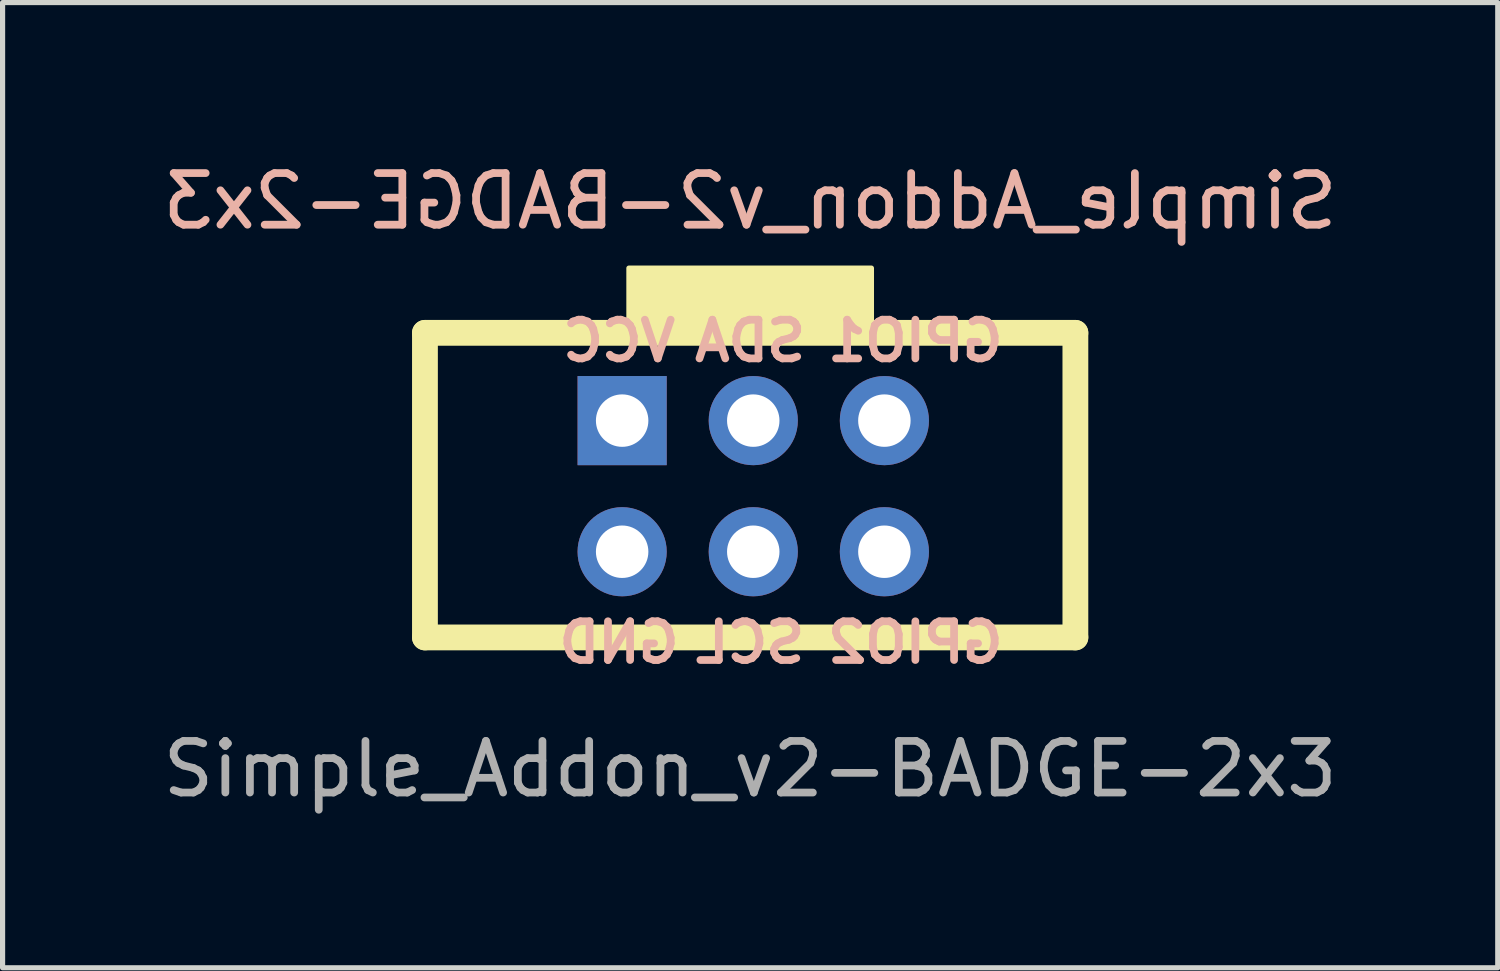
<source format=kicad_pcb>
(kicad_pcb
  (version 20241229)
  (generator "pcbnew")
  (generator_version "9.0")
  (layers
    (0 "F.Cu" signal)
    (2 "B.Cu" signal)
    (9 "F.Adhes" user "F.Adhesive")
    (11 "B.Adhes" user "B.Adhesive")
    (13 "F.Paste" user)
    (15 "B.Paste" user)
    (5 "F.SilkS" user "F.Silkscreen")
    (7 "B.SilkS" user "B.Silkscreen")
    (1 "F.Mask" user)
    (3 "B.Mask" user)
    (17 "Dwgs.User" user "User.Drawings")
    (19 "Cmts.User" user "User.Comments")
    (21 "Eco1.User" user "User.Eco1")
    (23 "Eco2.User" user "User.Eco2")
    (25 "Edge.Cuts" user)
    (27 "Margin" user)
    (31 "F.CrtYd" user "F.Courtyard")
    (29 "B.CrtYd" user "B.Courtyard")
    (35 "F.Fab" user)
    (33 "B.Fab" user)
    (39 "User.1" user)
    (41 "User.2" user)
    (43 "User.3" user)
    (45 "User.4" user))
  (footprint "Simple_Addon_v2-BADGE-2x3"
    (layer "F.Cu")
    (at 11.482 6.348)
    (property "Reference" "Simple_Addon_v2-BADGE-2x3" (at 0 -5.5 0) (layer "B.SilkS") (effects (font (size 1 1) (thickness 0.15)) (justify mirror)))
    (attr through_hole)
    (fp_line (start -6.3 -2.95) (end 6.3 -2.95) (stroke (width 0.5) (type solid)) (layer "F.SilkS"))
    (fp_line (start -6.3 2.95) (end -6.3 -2.95) (stroke (width 0.5) (type solid)) (layer "F.SilkS"))
    (fp_line (start 6.3 -2.95) (end 6.3 2.95) (stroke (width 0.5) (type solid)) (layer "F.SilkS"))
    (fp_line (start 6.3 2.95) (end -6.3 2.95) (stroke (width 0.5) (type solid)) (layer "F.SilkS"))
    (fp_poly (pts (xy 2.349 -3.061) (xy -2.349 -3.061) (xy -2.349 -4.204) (xy 2.349 -4.204)) (stroke (width 0.1) (type solid)) (fill yes) (layer "F.SilkS"))
    (fp_text user "GPIO2" (at 3.2 3.048 0) (layer "B.SilkS") (effects (font (size 0.75 0.75) (thickness 0.15)) (justify mirror)))
    (fp_text user "VCC" (at -2.54 -2.794 0) (layer "B.SilkS") (effects (font (size 0.75 0.75) (thickness 0.15)) (justify mirror)))
    (fp_text user "SCL" (at 0 3.048 0) (layer "B.SilkS") (effects (font (size 0.75 0.75) (thickness 0.15)) (justify mirror)))
    (fp_text user "GND" (at -2.54 3.048 0) (layer "B.SilkS") (effects (font (size 0.75 0.75) (thickness 0.15)) (justify mirror)))
    (fp_text user "SDA" (at 0 -2.794 0) (layer "B.SilkS") (effects (font (size 0.75 0.75) (thickness 0.15)) (justify mirror)))
    (fp_text user "GPIO1" (at 3.2 -2.794 0) (layer "B.SilkS") (effects (font (size 0.75 0.75) (thickness 0.15)) (justify mirror)))
    (fp_text user "${REFERENCE}" (at 0 5.5 0) (layer "F.Fab") (effects (font (size 1 1) (thickness 0.15))))
    (pad "1" thru_hole rect (at -2.48 -1.25 270) (size 1.727 1.727) (drill 1.016) (layers "*.Cu" "*.Mask"))
    (pad "2" thru_hole circle (at -2.48 1.29 270) (size 1.727 1.727) (drill 1.016) (layers "*.Cu" "*.Mask"))
    (pad "3" thru_hole oval (at 0.06 -1.25 270) (size 1.727 1.727) (drill 1.016) (layers "*.Cu" "*.Mask"))
    (pad "4" thru_hole oval (at 0.06 1.29 270) (size 1.727 1.727) (drill 1.016) (layers "*.Cu" "*.Mask"))
    (pad "5" thru_hole circle (at 2.6 -1.25 270) (size 1.727 1.727) (drill 1.016) (layers "*.Cu" "*.Mask"))
    (pad "6" thru_hole circle (at 2.6 1.29 270) (size 1.727 1.727) (drill 1.016) (layers "*.Cu" "*.Mask")))
  (gr_rect
    (start -3 -3)
    (end 25.964 15.697)
    (stroke (width 0.1) (type default))
    (fill no)
    (layer "Edge.Cuts")))
</source>
